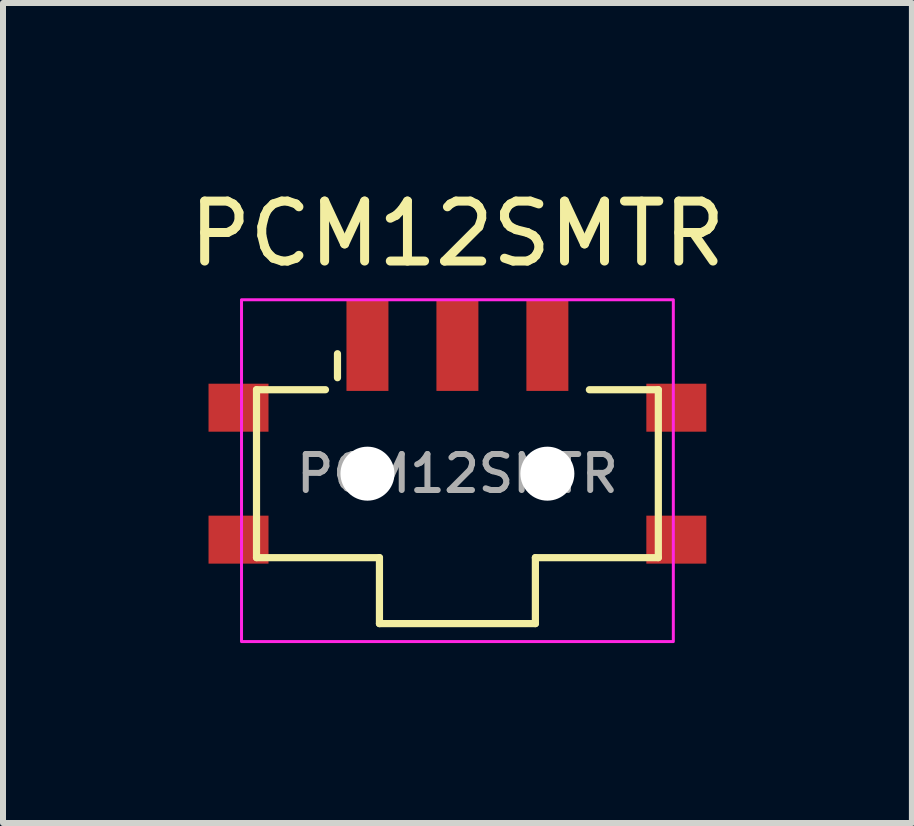
<source format=kicad_pcb>
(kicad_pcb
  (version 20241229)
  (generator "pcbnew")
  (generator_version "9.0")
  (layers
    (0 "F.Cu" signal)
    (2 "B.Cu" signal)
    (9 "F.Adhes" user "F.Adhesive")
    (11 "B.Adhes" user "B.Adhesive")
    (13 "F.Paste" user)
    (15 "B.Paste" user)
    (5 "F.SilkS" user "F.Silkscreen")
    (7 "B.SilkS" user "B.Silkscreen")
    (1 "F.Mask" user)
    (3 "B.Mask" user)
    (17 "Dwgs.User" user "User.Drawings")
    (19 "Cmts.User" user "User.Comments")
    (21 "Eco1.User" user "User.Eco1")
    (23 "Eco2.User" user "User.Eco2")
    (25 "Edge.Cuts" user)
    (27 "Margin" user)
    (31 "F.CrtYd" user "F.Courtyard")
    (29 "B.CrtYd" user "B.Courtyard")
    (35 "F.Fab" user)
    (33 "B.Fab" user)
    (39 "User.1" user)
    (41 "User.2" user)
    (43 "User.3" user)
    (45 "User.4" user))
  (footprint "PCM12SMTR"
    (layer "F.Cu")
    (at 4.577 4.848)
    (property "Reference" "PCM12SMTR" (at 0 -4 0) (layer "F.SilkS") (effects (font (size 1 1) (thickness 0.15))))
    (attr smd)
    (fp_line (start -3.35 -1.4) (end -3.35 1.4) (stroke (width 0.12) (type solid)) (layer "F.SilkS"))
    (fp_line (start -3.35 -1.4) (end -2.2 -1.4) (stroke (width 0.12) (type solid)) (layer "F.SilkS"))
    (fp_line (start -3.35 1.4) (end -1.3 1.4) (stroke (width 0.12) (type solid)) (layer "F.SilkS"))
    (fp_line (start -2 -1.6) (end -2 -2) (stroke (width 0.12) (type solid)) (layer "F.SilkS"))
    (fp_line (start -1.3 1.4) (end -1.3 2.5) (stroke (width 0.12) (type solid)) (layer "F.SilkS"))
    (fp_line (start -1.3 2.5) (end 1.3 2.5) (stroke (width 0.12) (type solid)) (layer "F.SilkS"))
    (fp_line (start 1.3 1.4) (end 1.3 2.5) (stroke (width 0.12) (type solid)) (layer "F.SilkS"))
    (fp_line (start 1.3 1.4) (end 3.35 1.4) (stroke (width 0.12) (type solid)) (layer "F.SilkS"))
    (fp_line (start 2.2 -1.4) (end 3.35 -1.4) (stroke (width 0.12) (type solid)) (layer "F.SilkS"))
    (fp_line (start 3.35 -1.4) (end 3.35 1.4) (stroke (width 0.12) (type solid)) (layer "F.SilkS"))
    (fp_rect (start -3.6 -2.9) (end 3.6 2.8) (stroke (width 0.05) (type solid)) (fill no) (layer "F.CrtYd"))
    (fp_text user "${REFERENCE}" (at 0 0 0) (layer "F.Fab") (effects (font (size 0.6 0.6) (thickness 0.1))))
    (pad "" np_thru_hole circle (at -1.5 0) (size 0.9 0.9) (drill 0.9) (layers "*.Cu" "*.Mask"))
    (pad "" np_thru_hole circle (at 1.5 0) (size 0.9 0.9) (drill 0.9) (layers "*.Cu" "*.Mask"))
    (pad "1" smd rect (at -1.5 -2.13) (size 0.7 1.5) (layers "F.Cu" "F.Mask" "F.Paste"))
    (pad "2" smd rect (at 0 -2.13) (size 0.7 1.5) (layers "F.Cu" "F.Mask" "F.Paste"))
    (pad "3" smd rect (at 1.5 -2.13) (size 0.7 1.5) (layers "F.Cu" "F.Mask" "F.Paste"))
    (pad "S1" smd rect (at -3.65 -1.1) (size 1 0.8) (layers "F.Cu" "F.Mask" "F.Paste"))
    (pad "S2" smd rect (at -3.65 1.1) (size 1 0.8) (layers "F.Cu" "F.Mask" "F.Paste"))
    (pad "S3" smd rect (at 3.65 1.1) (size 1 0.8) (layers "F.Cu" "F.Mask" "F.Paste"))
    (pad "S4" smd rect (at 3.65 -1.1) (size 1 0.8) (layers "F.Cu" "F.Mask" "F.Paste")))
  (gr_rect
    (start -3 -3)
    (end 12.155 10.673)
    (stroke (width 0.1) (type default))
    (fill no)
    (layer "Edge.Cuts")))
</source>
